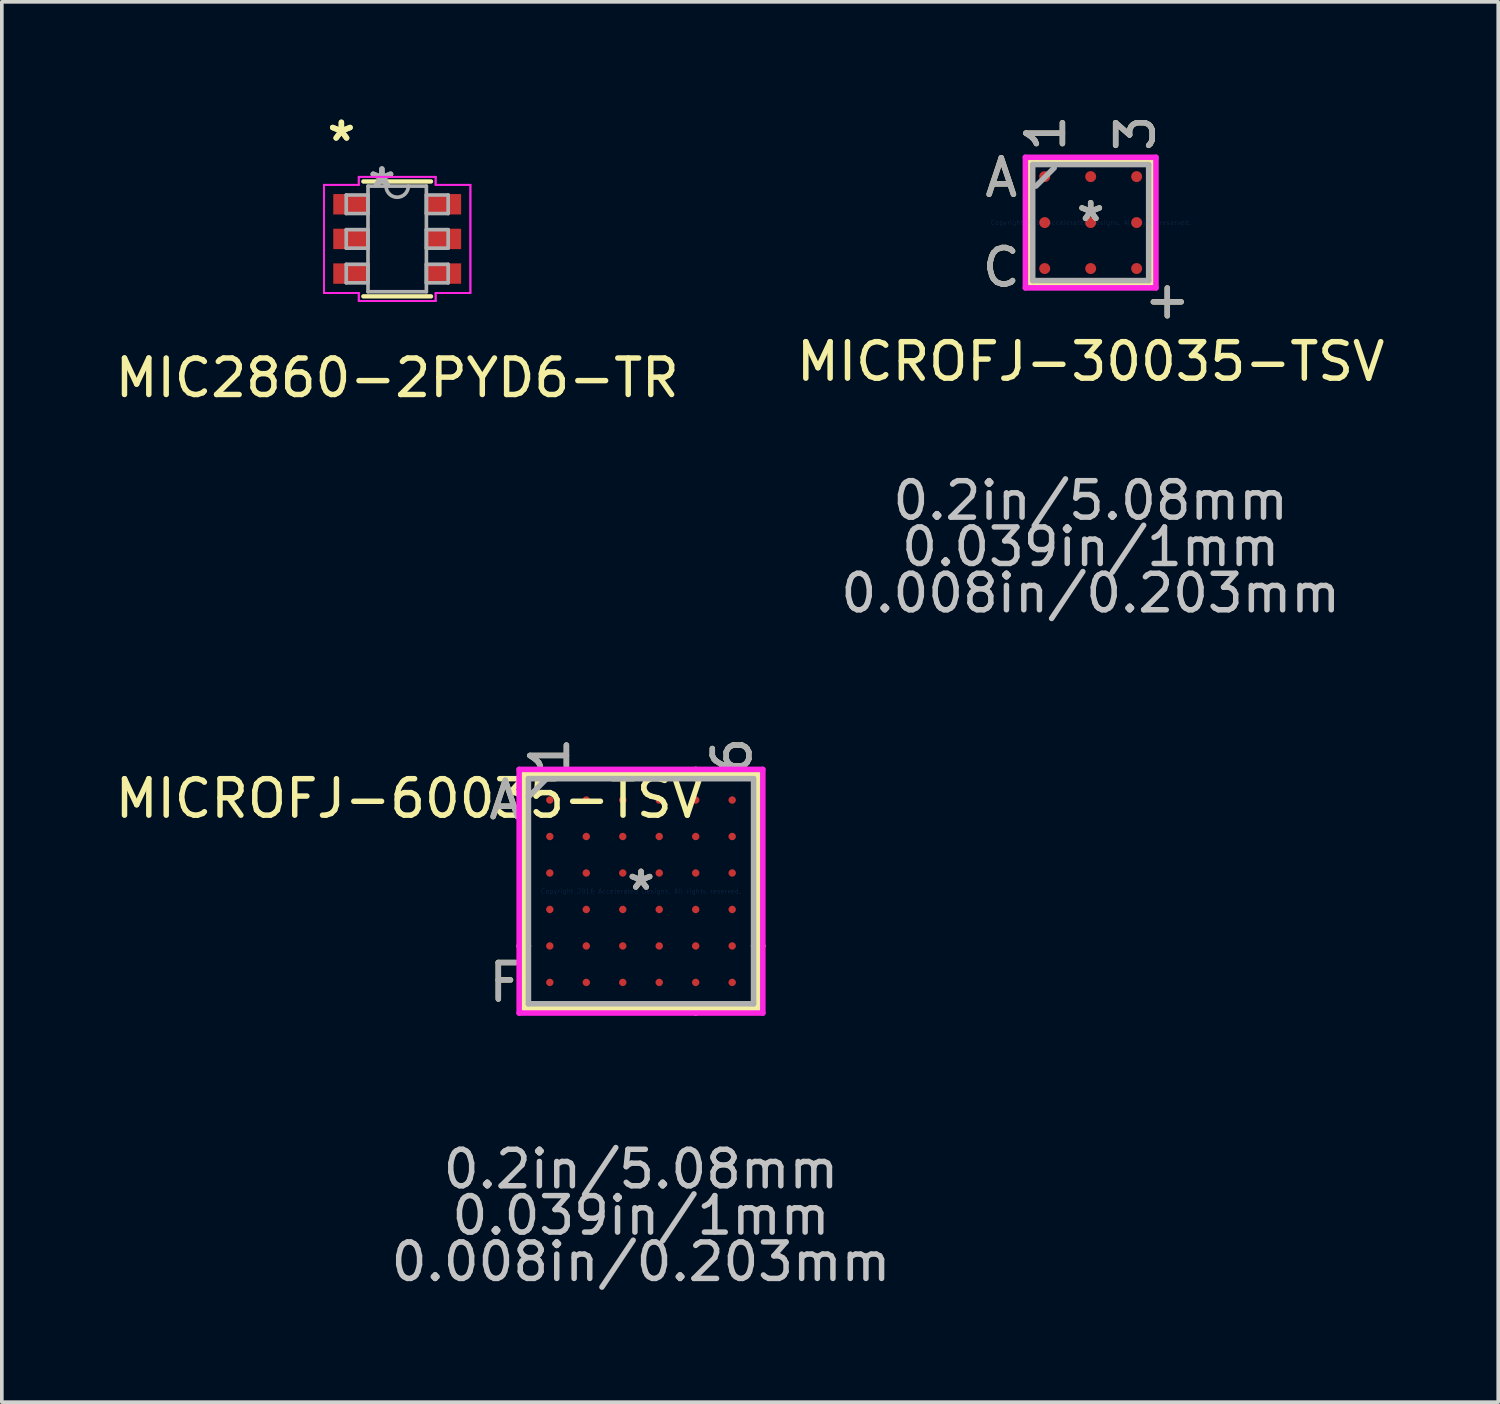
<source format=kicad_pcb>
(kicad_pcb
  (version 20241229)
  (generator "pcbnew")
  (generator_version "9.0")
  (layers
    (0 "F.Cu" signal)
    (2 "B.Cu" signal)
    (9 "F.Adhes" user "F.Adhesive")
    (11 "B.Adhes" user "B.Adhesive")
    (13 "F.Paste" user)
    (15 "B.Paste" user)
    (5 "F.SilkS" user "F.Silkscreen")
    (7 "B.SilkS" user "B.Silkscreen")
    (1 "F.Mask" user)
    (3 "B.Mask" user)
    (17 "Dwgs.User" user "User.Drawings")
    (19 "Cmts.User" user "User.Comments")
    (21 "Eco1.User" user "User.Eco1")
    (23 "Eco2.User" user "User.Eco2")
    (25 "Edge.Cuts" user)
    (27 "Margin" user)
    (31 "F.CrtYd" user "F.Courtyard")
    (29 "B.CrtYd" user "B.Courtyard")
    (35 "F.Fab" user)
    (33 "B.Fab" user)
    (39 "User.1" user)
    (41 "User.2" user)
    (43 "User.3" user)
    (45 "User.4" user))
  (footprint "MICROFJ-60035-TSV"
    (layer "F.Cu")
    (at 14.523 21.383)
    (property "Reference" "MICROFJ-60035-TSV" (at -6.35 -2.54 0) (layer "F.SilkS") (effects (font (size 1 1) (thickness 0.15))))
    (attr through_hole)
    (fp_line (start -3.213 -3.213) (end -3.213 3.213) (stroke (width 0.152) (type solid)) (layer "F.SilkS"))
    (fp_line (start -3.213 3.213) (end 3.213 3.213) (stroke (width 0.152) (type solid)) (layer "F.SilkS"))
    (fp_line (start -3.086 1.5) (end -3.34 1.5) (stroke (width 0.152) (type solid)) (layer "F.SilkS"))
    (fp_line (start 1.5 -3.086) (end 1.5 -3.34) (stroke (width 0.152) (type solid)) (layer "F.SilkS"))
    (fp_line (start 1.5 3.086) (end 1.5 3.34) (stroke (width 0.152) (type solid)) (layer "F.SilkS"))
    (fp_line (start 3.086 1.5) (end 3.34 1.5) (stroke (width 0.152) (type solid)) (layer "F.SilkS"))
    (fp_line (start 3.213 -3.213) (end -3.213 -3.213) (stroke (width 0.152) (type solid)) (layer "F.SilkS"))
    (fp_line (start 3.213 3.213) (end 3.213 -3.213) (stroke (width 0.152) (type solid)) (layer "F.SilkS"))
    (fp_line (start -3.34 -3.34) (end 3.34 -3.34) (stroke (width 0.152) (type solid)) (layer "F.CrtYd"))
    (fp_line (start -3.34 3.34) (end -3.34 -3.34) (stroke (width 0.152) (type solid)) (layer "F.CrtYd"))
    (fp_line (start 3.34 -3.34) (end 3.34 3.34) (stroke (width 0.152) (type solid)) (layer "F.CrtYd"))
    (fp_line (start 3.34 3.34) (end -3.34 3.34) (stroke (width 0.152) (type solid)) (layer "F.CrtYd"))
    (fp_line (start -3.086 -3.086) (end -3.086 3.086) (stroke (width 0.152) (type solid)) (layer "F.Fab"))
    (fp_line (start -3.086 3.086) (end 3.086 3.086) (stroke (width 0.152) (type solid)) (layer "F.Fab"))
    (fp_line (start -2.586 -3.086) (end -3.086 -2.586) (stroke (width 0.152) (type solid)) (layer "F.Fab"))
    (fp_line (start 3.086 -3.086) (end -3.086 -3.086) (stroke (width 0.152) (type solid)) (layer "F.Fab"))
    (fp_line (start 3.086 3.086) (end 3.086 -3.086) (stroke (width 0.152) (type solid)) (layer "F.Fab"))
    (fp_text user "1" (at -2.5 -3.721 90) (layer "F.SilkS") (effects (font (size 1 1) (thickness 0.15))))
    (fp_text user "A" (at -3.721 -2.5 0) (layer "F.SilkS") (effects (font (size 1 1) (thickness 0.15))))
    (fp_text user "*" (at 0 0 0) (layer "F.SilkS") (effects (font (size 1 1) (thickness 0.15))))
    (fp_text user "F" (at -3.721 2.5 0) (layer "F.SilkS") (effects (font (size 1 1) (thickness 0.15))))
    (fp_text user "6" (at 2.5 -3.721 90) (layer "F.SilkS") (effects (font (size 1 1) (thickness 0.15))))
    (fp_text user "0.008in/0.203mm" (at 0 10.16 0) (layer "Dwgs.User") (effects (font (size 1 1) (thickness 0.15))))
    (fp_text user "0.2in/5.08mm" (at 0 7.62 0) (layer "Dwgs.User") (effects (font (size 1 1) (thickness 0.15))))
    (fp_text user "0.039in/1mm" (at 0 8.89 0) (layer "Dwgs.User") (effects (font (size 1 1) (thickness 0.15))))
    (fp_text user "Copyright 2016 Accelerated Designs. All rights reserved." (at 0 0 0) (layer "Cmts.User") (effects (font (size 0.127 0.127) (thickness 0.002))))
    (fp_text user "6" (at 2.5 -3.721 90) (layer "F.Fab") (effects (font (size 1 1) (thickness 0.15))))
    (fp_text user "A" (at -3.721 -2.5 0) (layer "F.Fab") (effects (font (size 1 1) (thickness 0.15))))
    (fp_text user "1" (at -2.5 -3.721 90) (layer "F.Fab") (effects (font (size 1 1) (thickness 0.15))))
    (fp_text user "*" (at 0 0 0) (layer "F.Fab") (effects (font (size 1 1) (thickness 0.15))))
    (fp_text user "F" (at -3.721 2.5 0) (layer "F.Fab") (effects (font (size 1 1) (thickness 0.15))))
    (pad "A1" smd circle (at -2.5 -2.5) (size 0.203 0.203) (layers "F.Cu" "F.Mask" "F.Paste"))
    (pad "A2" smd circle (at -1.5 -2.5) (size 0.203 0.203) (layers "F.Cu" "F.Mask" "F.Paste"))
    (pad "A3" smd circle (at -0.5 -2.5) (size 0.203 0.203) (layers "F.Cu" "F.Mask" "F.Paste"))
    (pad "A4" smd circle (at 0.5 -2.5) (size 0.203 0.203) (layers "F.Cu" "F.Mask" "F.Paste"))
    (pad "A5" smd circle (at 1.5 -2.5) (size 0.203 0.203) (layers "F.Cu" "F.Mask" "F.Paste"))
    (pad "A6" smd circle (at 2.5 -2.5) (size 0.203 0.203) (layers "F.Cu" "F.Mask" "F.Paste"))
    (pad "B1" smd circle (at -2.5 -1.5) (size 0.203 0.203) (layers "F.Cu" "F.Mask" "F.Paste"))
    (pad "B2" smd circle (at -1.5 -1.5) (size 0.203 0.203) (layers "F.Cu" "F.Mask" "F.Paste"))
    (pad "B3" smd circle (at -0.5 -1.5) (size 0.203 0.203) (layers "F.Cu" "F.Mask" "F.Paste"))
    (pad "B4" smd circle (at 0.5 -1.5) (size 0.203 0.203) (layers "F.Cu" "F.Mask" "F.Paste"))
    (pad "B5" smd circle (at 1.5 -1.5) (size 0.203 0.203) (layers "F.Cu" "F.Mask" "F.Paste"))
    (pad "B6" smd circle (at 2.5 -1.5) (size 0.203 0.203) (layers "F.Cu" "F.Mask" "F.Paste"))
    (pad "C1" smd circle (at -2.5 -0.5) (size 0.203 0.203) (layers "F.Cu" "F.Mask" "F.Paste"))
    (pad "C2" smd circle (at -1.5 -0.5) (size 0.203 0.203) (layers "F.Cu" "F.Mask" "F.Paste"))
    (pad "C3" smd circle (at -0.5 -0.5) (size 0.203 0.203) (layers "F.Cu" "F.Mask" "F.Paste"))
    (pad "C4" smd circle (at 0.5 -0.5) (size 0.203 0.203) (layers "F.Cu" "F.Mask" "F.Paste"))
    (pad "C5" smd circle (at 1.5 -0.5) (size 0.203 0.203) (layers "F.Cu" "F.Mask" "F.Paste"))
    (pad "C6" smd circle (at 2.5 -0.5) (size 0.203 0.203) (layers "F.Cu" "F.Mask" "F.Paste"))
    (pad "D1" smd circle (at -2.5 0.5) (size 0.203 0.203) (layers "F.Cu" "F.Mask" "F.Paste"))
    (pad "D2" smd circle (at -1.5 0.5) (size 0.203 0.203) (layers "F.Cu" "F.Mask" "F.Paste"))
    (pad "D3" smd circle (at -0.5 0.5) (size 0.203 0.203) (layers "F.Cu" "F.Mask" "F.Paste"))
    (pad "D4" smd circle (at 0.5 0.5) (size 0.203 0.203) (layers "F.Cu" "F.Mask" "F.Paste"))
    (pad "D5" smd circle (at 1.5 0.5) (size 0.203 0.203) (layers "F.Cu" "F.Mask" "F.Paste"))
    (pad "D6" smd circle (at 2.5 0.5) (size 0.203 0.203) (layers "F.Cu" "F.Mask" "F.Paste"))
    (pad "E1" smd circle (at -2.5 1.5) (size 0.203 0.203) (layers "F.Cu" "F.Mask" "F.Paste"))
    (pad "E2" smd circle (at -1.5 1.5) (size 0.203 0.203) (layers "F.Cu" "F.Mask" "F.Paste"))
    (pad "E3" smd circle (at -0.5 1.5) (size 0.203 0.203) (layers "F.Cu" "F.Mask" "F.Paste"))
    (pad "E4" smd circle (at 0.5 1.5) (size 0.203 0.203) (layers "F.Cu" "F.Mask" "F.Paste"))
    (pad "E5" smd circle (at 1.5 1.5) (size 0.203 0.203) (layers "F.Cu" "F.Mask" "F.Paste"))
    (pad "E6" smd circle (at 2.5 1.5) (size 0.203 0.203) (layers "F.Cu" "F.Mask" "F.Paste"))
    (pad "F1" smd circle (at -2.5 2.5) (size 0.203 0.203) (layers "F.Cu" "F.Mask" "F.Paste"))
    (pad "F2" smd circle (at -1.5 2.5) (size 0.203 0.203) (layers "F.Cu" "F.Mask" "F.Paste"))
    (pad "F3" smd circle (at -0.5 2.5) (size 0.203 0.203) (layers "F.Cu" "F.Mask" "F.Paste"))
    (pad "F4" smd circle (at 0.5 2.5) (size 0.203 0.203) (layers "F.Cu" "F.Mask" "F.Paste"))
    (pad "F5" smd circle (at 1.5 2.5) (size 0.203 0.203) (layers "F.Cu" "F.Mask" "F.Paste"))
    (pad "F6" smd circle (at 2.5 2.5) (size 0.203 0.203) (layers "F.Cu" "F.Mask" "F.Paste")))
  (footprint "MIC2860-2PYD6-TR"
    (layer "F.Cu")
    (at 7.839 3.5)
    (property "Reference" "MIC2860-2PYD6-TR" (at 0 3.81 0) (layer "F.SilkS") (effects (font (size 1 1) (thickness 0.15))))
    (attr through_hole)
    (fp_line (start -0.927 1.575) (end 0.927 1.575) (stroke (width 0.12) (type solid)) (layer "F.SilkS"))
    (fp_line (start 0.927 -1.575) (end -0.927 -1.575) (stroke (width 0.12) (type solid)) (layer "F.SilkS"))
    (fp_line (start -2.007 -1.483) (end -1.054 -1.483) (stroke (width 0.05) (type solid)) (layer "F.CrtYd"))
    (fp_line (start -2.007 -1.483) (end -1.054 -1.483) (stroke (width 0.05) (type solid)) (layer "F.CrtYd"))
    (fp_line (start -2.007 1.483) (end -2.007 -1.483) (stroke (width 0.05) (type solid)) (layer "F.CrtYd"))
    (fp_line (start -2.007 1.483) (end -2.007 -1.483) (stroke (width 0.05) (type solid)) (layer "F.CrtYd"))
    (fp_line (start -2.007 1.483) (end -1.054 1.483) (stroke (width 0.05) (type solid)) (layer "F.CrtYd"))
    (fp_line (start -1.054 -1.702) (end 1.054 -1.702) (stroke (width 0.05) (type solid)) (layer "F.CrtYd"))
    (fp_line (start -1.054 -1.702) (end 1.054 -1.702) (stroke (width 0.05) (type solid)) (layer "F.CrtYd"))
    (fp_line (start -1.054 -1.483) (end -1.054 -1.702) (stroke (width 0.05) (type solid)) (layer "F.CrtYd"))
    (fp_line (start -1.054 -1.483) (end -1.054 -1.702) (stroke (width 0.05) (type solid)) (layer "F.CrtYd"))
    (fp_line (start -1.054 1.483) (end -2.007 1.483) (stroke (width 0.05) (type solid)) (layer "F.CrtYd"))
    (fp_line (start -1.054 1.702) (end -1.054 1.483) (stroke (width 0.05) (type solid)) (layer "F.CrtYd"))
    (fp_line (start -1.054 1.702) (end -1.054 1.483) (stroke (width 0.05) (type solid)) (layer "F.CrtYd"))
    (fp_line (start 1.054 -1.702) (end 1.054 -1.483) (stroke (width 0.05) (type solid)) (layer "F.CrtYd"))
    (fp_line (start 1.054 -1.702) (end 1.054 -1.483) (stroke (width 0.05) (type solid)) (layer "F.CrtYd"))
    (fp_line (start 1.054 -1.483) (end 2.007 -1.483) (stroke (width 0.05) (type solid)) (layer "F.CrtYd"))
    (fp_line (start 1.054 1.483) (end 1.054 1.702) (stroke (width 0.05) (type solid)) (layer "F.CrtYd"))
    (fp_line (start 1.054 1.483) (end 1.054 1.702) (stroke (width 0.05) (type solid)) (layer "F.CrtYd"))
    (fp_line (start 1.054 1.702) (end -1.054 1.702) (stroke (width 0.05) (type solid)) (layer "F.CrtYd"))
    (fp_line (start 1.054 1.702) (end -1.054 1.702) (stroke (width 0.05) (type solid)) (layer "F.CrtYd"))
    (fp_line (start 2.007 -1.483) (end 1.054 -1.483) (stroke (width 0.05) (type solid)) (layer "F.CrtYd"))
    (fp_line (start 2.007 -1.483) (end 2.007 1.483) (stroke (width 0.05) (type solid)) (layer "F.CrtYd"))
    (fp_line (start 2.007 -1.483) (end 2.007 1.483) (stroke (width 0.05) (type solid)) (layer "F.CrtYd"))
    (fp_line (start 2.007 1.483) (end 1.054 1.483) (stroke (width 0.05) (type solid)) (layer "F.CrtYd"))
    (fp_line (start 2.007 1.483) (end 1.054 1.483) (stroke (width 0.05) (type solid)) (layer "F.CrtYd"))
    (fp_line (start -1.397 -1.204) (end -1.397 -0.696) (stroke (width 0.1) (type solid)) (layer "F.Fab"))
    (fp_line (start -1.397 -0.696) (end -0.8 -0.696) (stroke (width 0.1) (type solid)) (layer "F.Fab"))
    (fp_line (start -1.397 -0.254) (end -1.397 0.254) (stroke (width 0.1) (type solid)) (layer "F.Fab"))
    (fp_line (start -1.397 0.254) (end -0.8 0.254) (stroke (width 0.1) (type solid)) (layer "F.Fab"))
    (fp_line (start -1.397 0.696) (end -1.397 1.204) (stroke (width 0.1) (type solid)) (layer "F.Fab"))
    (fp_line (start -1.397 1.204) (end -0.8 1.204) (stroke (width 0.1) (type solid)) (layer "F.Fab"))
    (fp_line (start -0.8 -1.448) (end -0.8 1.448) (stroke (width 0.1) (type solid)) (layer "F.Fab"))
    (fp_line (start -0.8 -1.204) (end -1.397 -1.204) (stroke (width 0.1) (type solid)) (layer "F.Fab"))
    (fp_line (start -0.8 -0.696) (end -0.8 -1.204) (stroke (width 0.1) (type solid)) (layer "F.Fab"))
    (fp_line (start -0.8 -0.254) (end -1.397 -0.254) (stroke (width 0.1) (type solid)) (layer "F.Fab"))
    (fp_line (start -0.8 0.254) (end -0.8 -0.254) (stroke (width 0.1) (type solid)) (layer "F.Fab"))
    (fp_line (start -0.8 0.696) (end -1.397 0.696) (stroke (width 0.1) (type solid)) (layer "F.Fab"))
    (fp_line (start -0.8 1.204) (end -0.8 0.696) (stroke (width 0.1) (type solid)) (layer "F.Fab"))
    (fp_line (start -0.8 1.448) (end 0.8 1.448) (stroke (width 0.1) (type solid)) (layer "F.Fab"))
    (fp_line (start 0.8 -1.448) (end -0.8 -1.448) (stroke (width 0.1) (type solid)) (layer "F.Fab"))
    (fp_line (start 0.8 -1.204) (end 0.8 -0.696) (stroke (width 0.1) (type solid)) (layer "F.Fab"))
    (fp_line (start 0.8 -0.696) (end 1.397 -0.696) (stroke (width 0.1) (type solid)) (layer "F.Fab"))
    (fp_line (start 0.8 -0.254) (end 0.8 0.254) (stroke (width 0.1) (type solid)) (layer "F.Fab"))
    (fp_line (start 0.8 0.254) (end 1.397 0.254) (stroke (width 0.1) (type solid)) (layer "F.Fab"))
    (fp_line (start 0.8 0.696) (end 0.8 1.204) (stroke (width 0.1) (type solid)) (layer "F.Fab"))
    (fp_line (start 0.8 1.204) (end 1.397 1.204) (stroke (width 0.1) (type solid)) (layer "F.Fab"))
    (fp_line (start 0.8 1.448) (end 0.8 -1.448) (stroke (width 0.1) (type solid)) (layer "F.Fab"))
    (fp_line (start 1.397 -1.204) (end 0.8 -1.204) (stroke (width 0.1) (type solid)) (layer "F.Fab"))
    (fp_line (start 1.397 -0.696) (end 1.397 -1.204) (stroke (width 0.1) (type solid)) (layer "F.Fab"))
    (fp_line (start 1.397 -0.254) (end 0.8 -0.254) (stroke (width 0.1) (type solid)) (layer "F.Fab"))
    (fp_line (start 1.397 0.254) (end 1.397 -0.254) (stroke (width 0.1) (type solid)) (layer "F.Fab"))
    (fp_line (start 1.397 0.696) (end 0.8 0.696) (stroke (width 0.1) (type solid)) (layer "F.Fab"))
    (fp_line (start 1.397 1.204) (end 1.397 0.696) (stroke (width 0.1) (type solid)) (layer "F.Fab"))
    (fp_arc (start 0.3048 -1.4478) (mid 0 -1.143) (end -0.3048 -1.4478) (stroke (width 0.1) (type solid)) (layer "F.Fab"))
    (fp_text user "*" (at -1.53 -2.652 0) (layer "F.SilkS") (effects (font (size 1 1) (thickness 0.15))))
    (fp_text user "*" (at -1.53 -2.652 0) (layer "F.SilkS") (effects (font (size 1 1) (thickness 0.15))))
    (fp_text user "*" (at -0.419 -1.372 0) (layer "F.Fab") (effects (font (size 1 1) (thickness 0.15))))
    (fp_text user "*" (at -0.419 -1.372 0) (layer "F.Fab") (effects (font (size 1 1) (thickness 0.15))))
    (pad "1" smd rect (at -1.276 -0.95) (size 0.953 0.559) (layers "F.Cu" "F.Mask" "F.Paste"))
    (pad "2" smd rect (at -1.276 0) (size 0.953 0.559) (layers "F.Cu" "F.Mask" "F.Paste"))
    (pad "3" smd rect (at -1.276 0.95) (size 0.953 0.559) (layers "F.Cu" "F.Mask" "F.Paste"))
    (pad "4" smd rect (at 1.276 0.95) (size 0.953 0.559) (layers "F.Cu" "F.Mask" "F.Paste"))
    (pad "5" smd rect (at 1.276 0) (size 0.953 0.559) (layers "F.Cu" "F.Mask" "F.Paste"))
    (pad "6" smd rect (at 1.276 -0.95) (size 0.953 0.559) (layers "F.Cu" "F.Mask" "F.Paste")))
  (footprint "MICROFJ-30035-TSV"
    (layer "F.Cu")
    (at 26.851 3.052)
    (property "Reference" "MICROFJ-30035-TSV" (at 0 3.81 0) (layer "F.SilkS") (effects (font (size 1 1) (thickness 0.15))))
    (attr through_hole)
    (fp_line (start -1.69 -1.69) (end -1.69 1.69) (stroke (width 0.152) (type solid)) (layer "F.SilkS"))
    (fp_line (start -1.69 1.69) (end 1.69 1.69) (stroke (width 0.152) (type solid)) (layer "F.SilkS"))
    (fp_line (start 1.69 -1.69) (end -1.69 -1.69) (stroke (width 0.152) (type solid)) (layer "F.SilkS"))
    (fp_line (start 1.69 1.69) (end 1.69 -1.69) (stroke (width 0.152) (type solid)) (layer "F.SilkS"))
    (fp_line (start -1.79 -1.79) (end 1.79 -1.79) (stroke (width 0.152) (type solid)) (layer "F.CrtYd"))
    (fp_line (start -1.79 1.79) (end -1.79 -1.79) (stroke (width 0.152) (type solid)) (layer "F.CrtYd"))
    (fp_line (start 1.79 -1.79) (end 1.79 1.79) (stroke (width 0.152) (type solid)) (layer "F.CrtYd"))
    (fp_line (start 1.79 1.79) (end -1.79 1.79) (stroke (width 0.152) (type solid)) (layer "F.CrtYd"))
    (fp_line (start -1.59 -1.59) (end -1.59 1.59) (stroke (width 0.152) (type solid)) (layer "F.Fab"))
    (fp_line (start -1.59 1.59) (end 1.59 1.59) (stroke (width 0.152) (type solid)) (layer "F.Fab"))
    (fp_line (start -1 -1.5) (end -1.5 -1) (stroke (width 0.152) (type solid)) (layer "F.Fab"))
    (fp_line (start 1.59 -1.59) (end -1.59 -1.59) (stroke (width 0.152) (type solid)) (layer "F.Fab"))
    (fp_line (start 1.59 1.59) (end 1.59 -1.59) (stroke (width 0.152) (type solid)) (layer "F.Fab"))
    (fp_text user "A" (at -2.451 -1.23 0) (layer "F.SilkS") (effects (font (size 1 1) (thickness 0.15))))
    (fp_text user "1" (at -1.23 -2.451 90) (layer "F.SilkS") (effects (font (size 1 1) (thickness 0.15))))
    (fp_text user "+" (at 2.1 2.1 0) (layer "F.SilkS") (effects (font (size 1 1) (thickness 0.15))))
    (fp_text user "3" (at 1.23 -2.451 90) (layer "F.SilkS") (effects (font (size 1 1) (thickness 0.15))))
    (fp_text user "C" (at -2.451 1.23 0) (layer "F.SilkS") (effects (font (size 1 1) (thickness 0.15))))
    (fp_text user "*" (at 0 0 0) (layer "F.SilkS") (effects (font (size 1 1) (thickness 0.15))))
    (fp_text user "0.2in/5.08mm" (at 0 7.62 0) (layer "Dwgs.User") (effects (font (size 1 1) (thickness 0.15))))
    (fp_text user "0.008in/0.203mm" (at 0 10.16 0) (layer "Dwgs.User") (effects (font (size 1 1) (thickness 0.15))))
    (fp_text user "0.039in/1mm" (at 0 8.89 0) (layer "Dwgs.User") (effects (font (size 1 1) (thickness 0.15))))
    (fp_text user "Copyright 2016 Accelerated Designs. All rights reserved." (at 0 0 0) (layer "Cmts.User") (effects (font (size 0.127 0.127) (thickness 0.002))))
    (fp_text user "1" (at -1.23 -2.451 90) (layer "F.Fab") (effects (font (size 1 1) (thickness 0.15))))
    (fp_text user "C" (at -2.451 1.23 0) (layer "F.Fab") (effects (font (size 1 1) (thickness 0.15))))
    (fp_text user "A" (at -2.451 -1.23 0) (layer "F.Fab") (effects (font (size 1 1) (thickness 0.15))))
    (fp_text user "+" (at 2.1 2.1 0) (layer "F.Fab") (effects (font (size 1 1) (thickness 0.15))))
    (fp_text user "3" (at 1.23 -2.451 90) (layer "F.Fab") (effects (font (size 1 1) (thickness 0.15))))
    (fp_text user "*" (at 0 0 0) (layer "F.Fab") (effects (font (size 1 1) (thickness 0.15))))
    (pad "A1" smd circle (at -1.26 -1.26) (size 0.3 0.3) (layers "F.Cu" "F.Mask" "F.Paste"))
    (pad "A2" smd circle (at 0 -1.26) (size 0.3 0.3) (layers "F.Cu" "F.Mask" "F.Paste"))
    (pad "A3" smd circle (at 1.26 -1.26) (size 0.3 0.3) (layers "F.Cu" "F.Mask" "F.Paste"))
    (pad "B1" smd circle (at -1.26 0) (size 0.3 0.3) (layers "F.Cu" "F.Mask" "F.Paste"))
    (pad "B2" smd circle (at 0 0) (size 0.3 0.3) (layers "F.Cu" "F.Mask" "F.Paste"))
    (pad "B3" smd circle (at 1.26 0) (size 0.3 0.3) (layers "F.Cu" "F.Mask" "F.Paste"))
    (pad "C1" smd circle (at -1.26 1.26) (size 0.3 0.3) (layers "F.Cu" "F.Mask" "F.Paste"))
    (pad "C2" smd circle (at 0 1.26) (size 0.3 0.3) (layers "F.Cu" "F.Mask" "F.Paste"))
    (pad "C3" smd circle (at 1.26 1.26) (size 0.3 0.3) (layers "F.Cu" "F.Mask" "F.Paste")))
  (gr_rect
    (start -3 -3)
    (end 38.024 35.391)
    (stroke (width 0.1) (type default))
    (fill no)
    (layer "Edge.Cuts")))
</source>
